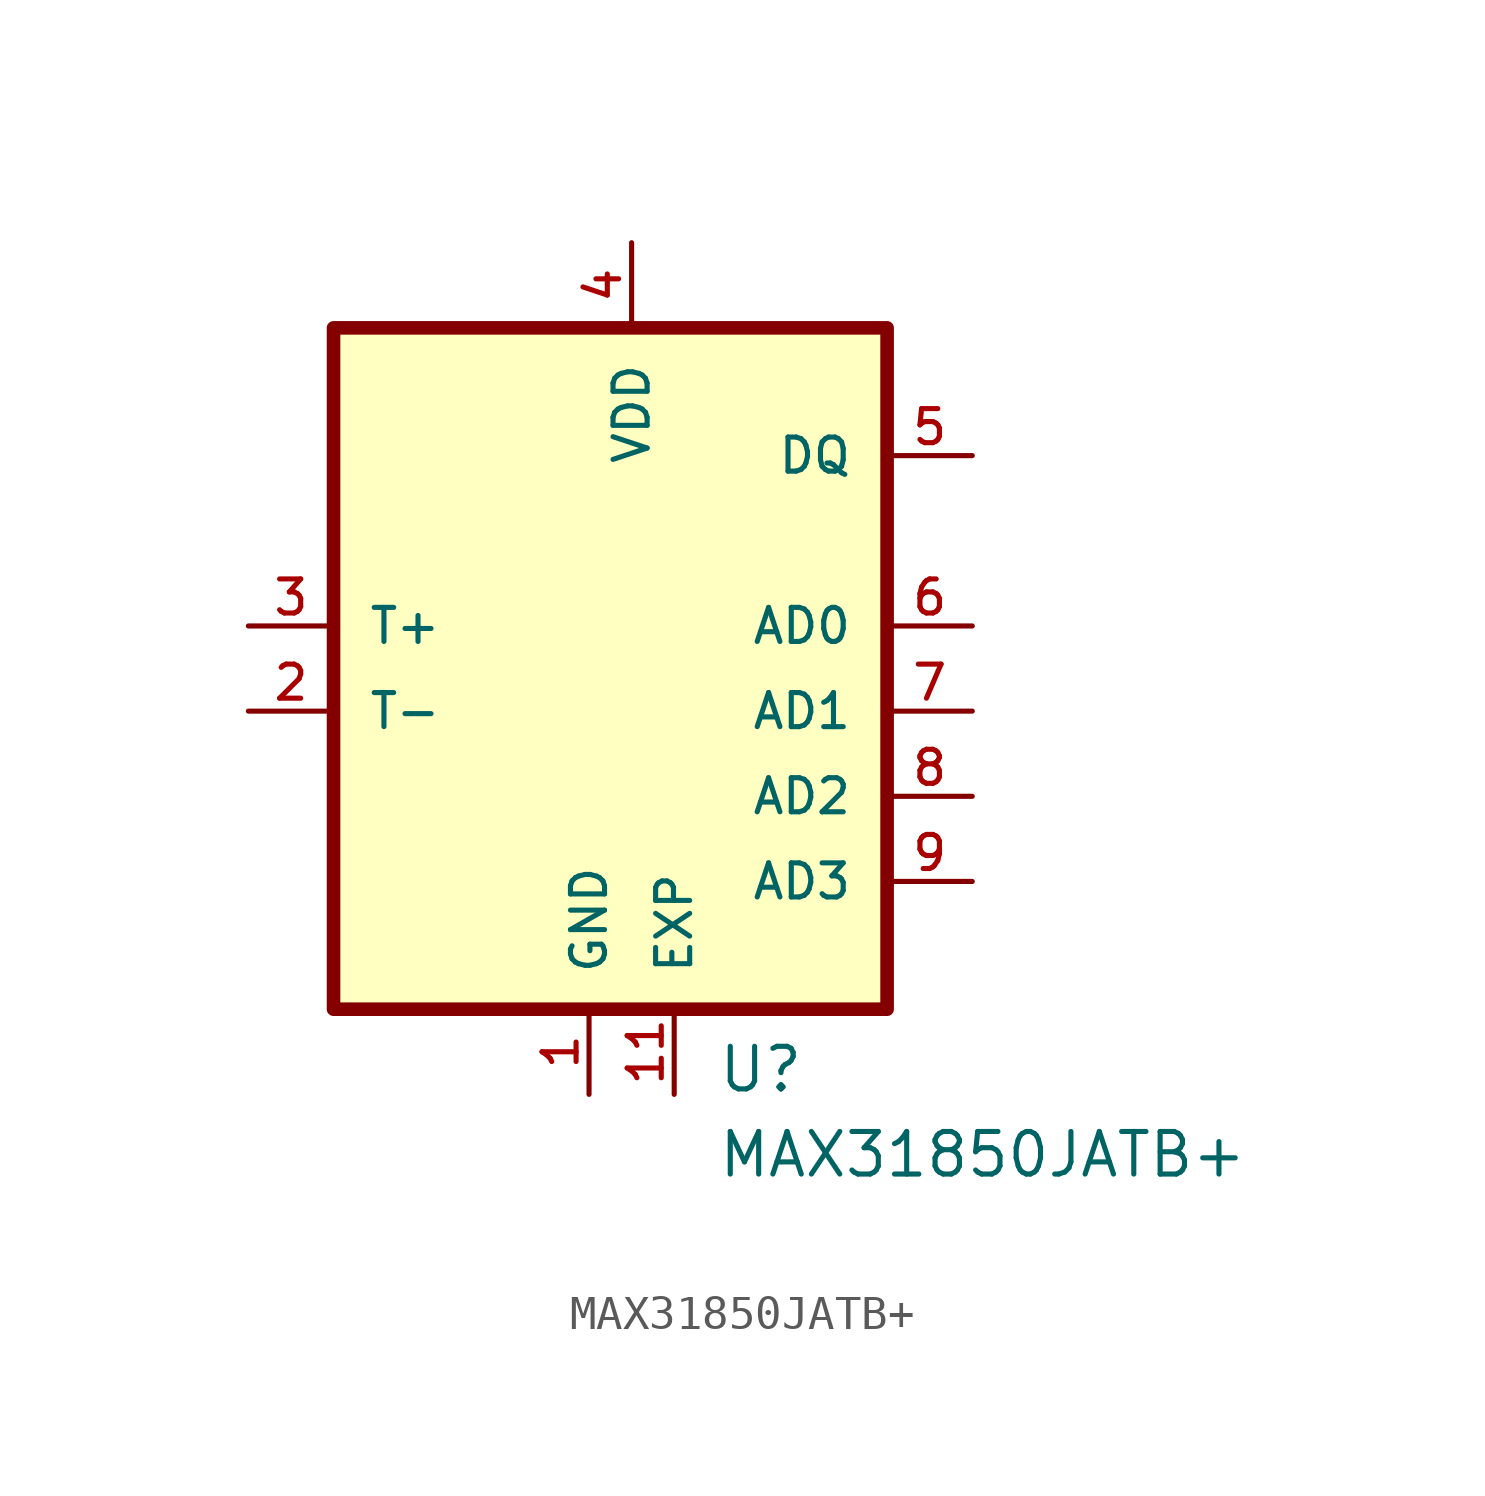
<source format=kicad_sym>
(kicad_symbol_lib
  (version 20211014)
  (generator kicad_symbol_editor)
  (symbol "MAX31850JATB+"
    (pin_names
      (offset 1.016))
    (property "Reference" "U"
      (at -1.27 -5.08 0)
      (effects (font (size 1.27 1.27)) (justify left bottom)))
    (property "Value" "MAX31850JATB+"
      (at -1.27 -7.62 0)
      (effects (font (size 1.27 1.27)) (justify left bottom)))
    (property "ki_locked" ""
      (at 0 0 0)
      (effects (font (size 1.27 1.27))))
    (symbol "MAX31850JATB+_0_0"
      (rectangle (start -12.7 17.78) (end 3.81 -2.54) (stroke (width 0.406) (type default) (color 0 0 0 0)) (fill (type background)))
      (pin power_in line (at -5.08 -5.08 90) (length 2.54) (name "GND" (effects (font (size 1.016 1.016)))) (number "1" (effects (font (size 1.016 1.016)))))
      (pin power_in line (at -2.54 -5.08 90) (length 2.54) (name "EXP" (effects (font (size 1.016 1.016)))) (number "11" (effects (font (size 1.016 1.016)))))
      (pin input line (at -15.24 6.35 0) (length 2.54) (name "T-" (effects (font (size 1.016 1.016)))) (number "2" (effects (font (size 1.016 1.016)))))
      (pin input line (at -15.24 8.89 0) (length 2.54) (name "T+" (effects (font (size 1.016 1.016)))) (number "3" (effects (font (size 1.016 1.016)))))
      (pin power_in line (at -3.81 20.32 270) (length 2.54) (name "VDD" (effects (font (size 1.016 1.016)))) (number "4" (effects (font (size 1.016 1.016)))))
      (pin bidirectional line (at 6.35 13.97 180) (length 2.54) (name "DQ" (effects (font (size 1.016 1.016)))) (number "5" (effects (font (size 1.016 1.016)))))
      (pin input line (at 6.35 8.89 180) (length 2.54) (name "AD0" (effects (font (size 1.016 1.016)))) (number "6" (effects (font (size 1.016 1.016)))))
      (pin input line (at 6.35 6.35 180) (length 2.54) (name "AD1" (effects (font (size 1.016 1.016)))) (number "7" (effects (font (size 1.016 1.016)))))
      (pin input line (at 6.35 3.81 180) (length 2.54) (name "AD2" (effects (font (size 1.016 1.016)))) (number "8" (effects (font (size 1.016 1.016)))))
      (pin input line (at 6.35 1.27 180) (length 2.54) (name "AD3" (effects (font (size 1.016 1.016)))) (number "9" (effects (font (size 1.016 1.016))))))))
</source>
